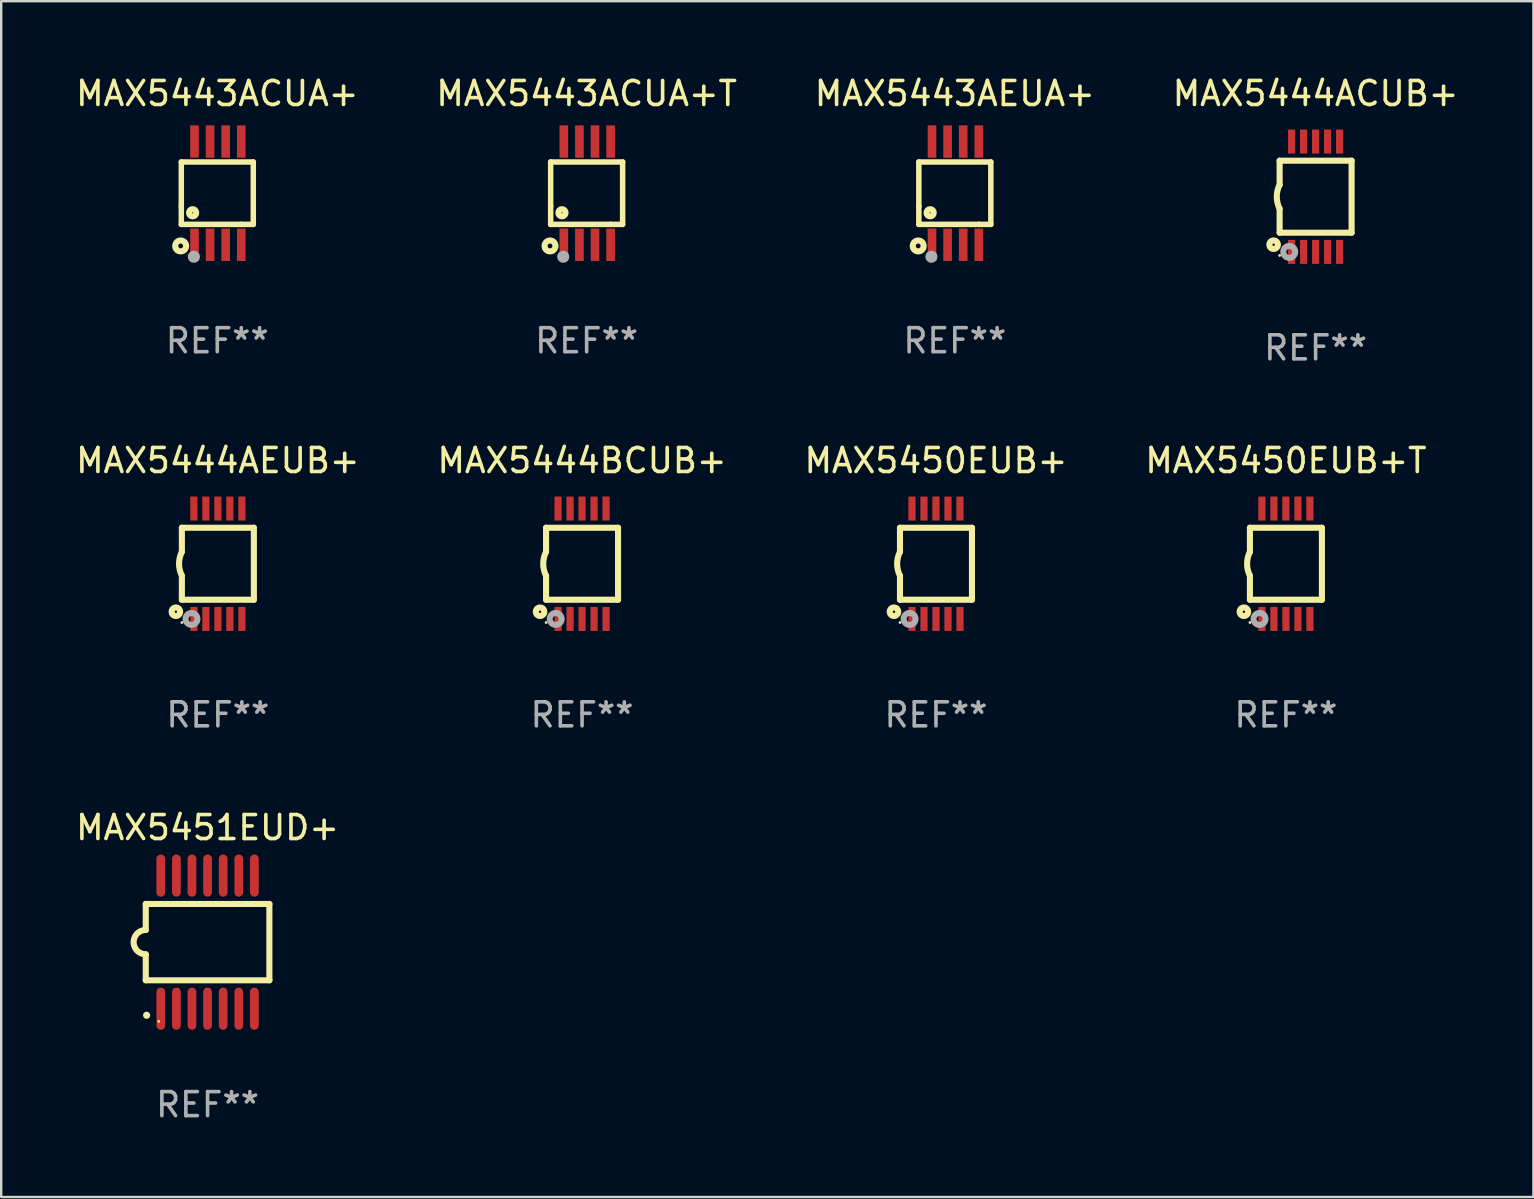
<source format=kicad_pcb>
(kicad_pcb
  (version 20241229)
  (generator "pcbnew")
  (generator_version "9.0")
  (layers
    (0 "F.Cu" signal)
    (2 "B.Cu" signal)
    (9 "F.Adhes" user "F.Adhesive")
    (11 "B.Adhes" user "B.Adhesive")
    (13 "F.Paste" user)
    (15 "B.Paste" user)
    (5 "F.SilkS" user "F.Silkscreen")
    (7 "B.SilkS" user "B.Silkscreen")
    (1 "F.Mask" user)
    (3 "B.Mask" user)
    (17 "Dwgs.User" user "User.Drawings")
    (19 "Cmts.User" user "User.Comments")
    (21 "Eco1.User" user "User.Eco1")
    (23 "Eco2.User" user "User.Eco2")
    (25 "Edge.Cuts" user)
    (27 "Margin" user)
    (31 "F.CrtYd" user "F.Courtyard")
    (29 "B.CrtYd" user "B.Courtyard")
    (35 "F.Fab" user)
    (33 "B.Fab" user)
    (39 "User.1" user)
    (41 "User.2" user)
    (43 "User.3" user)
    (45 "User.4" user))
  (footprint "MAX5451EUD+"
    (layer "F.Cu")
    (at 5.601 36.215)
    (property "Reference" "MAX5451EUD+" (at 0 -4.774 0) (layer "F.SilkS") (effects (font (size 1 1) (thickness 0.15))))
    (attr through_hole)
    (fp_line (start -2.576 -1.59) (end -2.576 -0.508) (stroke (width 0.254) (type solid)) (layer "F.SilkS"))
    (fp_line (start -2.576 -1.59) (end 2.576 -1.59) (stroke (width 0.254) (type solid)) (layer "F.SilkS"))
    (fp_line (start -2.576 1.59) (end -2.576 0.508) (stroke (width 0.254) (type solid)) (layer "F.SilkS"))
    (fp_line (start 2.576 -1.59) (end 2.576 1.59) (stroke (width 0.254) (type solid)) (layer "F.SilkS"))
    (fp_line (start 2.576 1.59) (end -2.576 1.59) (stroke (width 0.254) (type solid)) (layer "F.SilkS"))
    (fp_arc (start -2.576099 0.506706) (mid -3.081511 0) (end -2.576098 -0.506706) (stroke (width 0.254001) (type solid)) (layer "F.SilkS"))
    (fp_circle (center -2.54 3.048) (end -2.465 3.048) (stroke (width 0.15) (type solid)) (fill no) (layer "F.SilkS"))
    (fp_circle (center -2.032 3.302) (end -2.002 3.302) (stroke (width 0.06) (type solid)) (fill no) (layer "F.SilkS"))
    (fp_text user "REF**" (at 0 6.774 0) (layer "F.Fab") (effects (font (size 1 1) (thickness 0.15))))
    (pad "1" smd oval (at -1.95 2.774) (size 0.364 1.758) (layers "F.Cu" "F.Mask" "F.Paste"))
    (pad "2" smd oval (at -1.3 2.774) (size 0.364 1.758) (layers "F.Cu" "F.Mask" "F.Paste"))
    (pad "3" smd oval (at -0.65 2.774) (size 0.364 1.758) (layers "F.Cu" "F.Mask" "F.Paste"))
    (pad "4" smd oval (at 0 2.774) (size 0.364 1.758) (layers "F.Cu" "F.Mask" "F.Paste"))
    (pad "5" smd oval (at 0.65 2.774) (size 0.364 1.758) (layers "F.Cu" "F.Mask" "F.Paste"))
    (pad "6" smd oval (at 1.3 2.774) (size 0.364 1.758) (layers "F.Cu" "F.Mask" "F.Paste"))
    (pad "7" smd oval (at 1.95 2.774) (size 0.364 1.758) (layers "F.Cu" "F.Mask" "F.Paste"))
    (pad "8" smd oval (at 1.95 -2.774) (size 0.364 1.758) (layers "F.Cu" "F.Mask" "F.Paste"))
    (pad "9" smd oval (at 1.3 -2.774) (size 0.364 1.758) (layers "F.Cu" "F.Mask" "F.Paste"))
    (pad "10" smd oval (at 0.65 -2.774) (size 0.364 1.758) (layers "F.Cu" "F.Mask" "F.Paste"))
    (pad "11" smd oval (at 0 -2.774) (size 0.364 1.758) (layers "F.Cu" "F.Mask" "F.Paste"))
    (pad "12" smd oval (at -0.65 -2.774) (size 0.364 1.758) (layers "F.Cu" "F.Mask" "F.Paste"))
    (pad "13" smd oval (at -1.3 -2.774) (size 0.364 1.758) (layers "F.Cu" "F.Mask" "F.Paste"))
    (pad "14" smd oval (at -1.95 -2.774) (size 0.364 1.758) (layers "F.Cu" "F.Mask" "F.Paste")))
  (footprint "MAX5443ACUA+T"
    (layer "F.Cu")
    (at 21.399 5)
    (property "Reference" "MAX5443ACUA+T" (at 0 -4.152 0) (layer "F.SilkS") (effects (font (size 1 1) (thickness 0.15))))
    (attr through_hole)
    (fp_line (start -1.5 1.301) (end 1 1.301) (stroke (width 0.229) (type solid)) (layer "F.SilkS"))
    (fp_line (start -1.5 -1.299) (end -1.5 0.551) (stroke (width 0.229) (type solid)) (layer "F.SilkS"))
    (fp_line (start -1.5 0.551) (end -1.5 1.301) (stroke (width 0.229) (type solid)) (layer "F.SilkS"))
    (fp_line (start 1 1.301) (end 1.5 1.301) (stroke (width 0.229) (type solid)) (layer "F.SilkS"))
    (fp_line (start 1.5 1.301) (end 1.5 -1.299) (stroke (width 0.229) (type solid)) (layer "F.SilkS"))
    (fp_line (start 1.5 -1.299) (end -1.5 -1.299) (stroke (width 0.229) (type solid)) (layer "F.SilkS"))
    (fp_circle (center -1.526 2.2) (end -1.426 2.2) (stroke (width 0.254) (type solid)) (fill no) (layer "F.SilkS"))
    (fp_circle (center -1.476 2.45) (end -1.446 2.45) (stroke (width 0.06) (type solid)) (fill no) (layer "F.SilkS"))
    (fp_circle (center -1.028 0.817) (end -0.878 0.817) (stroke (width 0.254) (type solid)) (fill no) (layer "F.SilkS"))
    (fp_circle (center -0.976 2.65) (end -0.849 2.65) (stroke (width 0.254) (type solid)) (fill no) (layer "F.Fab"))
    (fp_text user "REF**" (at 0 6.152 0) (layer "F.Fab") (effects (font (size 1 1) (thickness 0.15))))
    (pad "1" smd rect (at -0.951 2.15) (size 0.36 1.35) (layers "F.Cu" "F.Mask" "F.Paste"))
    (pad "2" smd rect (at -0.301 2.152) (size 0.36 1.35) (layers "F.Cu" "F.Mask" "F.Paste"))
    (pad "3" smd rect (at 0.349 2.151) (size 0.36 1.35) (layers "F.Cu" "F.Mask" "F.Paste"))
    (pad "4" smd rect (at 0.999 2.152) (size 0.36 1.35) (layers "F.Cu" "F.Mask" "F.Paste"))
    (pad "5" smd rect (at 0.999 -2.149) (size 0.36 1.35) (layers "F.Cu" "F.Mask" "F.Paste"))
    (pad "6" smd rect (at 0.349 -2.152) (size 0.36 1.35) (layers "F.Cu" "F.Mask" "F.Paste"))
    (pad "7" smd rect (at -0.301 -2.149) (size 0.36 1.35) (layers "F.Cu" "F.Mask" "F.Paste"))
    (pad "8" smd rect (at -0.951 -2.152) (size 0.36 1.35) (layers "F.Cu" "F.Mask" "F.Paste")))
  (footprint "MAX5443AEUA+"
    (layer "F.Cu")
    (at 36.744 5)
    (property "Reference" "MAX5443AEUA+" (at 0 -4.152 0) (layer "F.SilkS") (effects (font (size 1 1) (thickness 0.15))))
    (attr through_hole)
    (fp_line (start -1.5 1.301) (end 1 1.301) (stroke (width 0.229) (type solid)) (layer "F.SilkS"))
    (fp_line (start -1.5 -1.299) (end -1.5 0.551) (stroke (width 0.229) (type solid)) (layer "F.SilkS"))
    (fp_line (start -1.5 0.551) (end -1.5 1.301) (stroke (width 0.229) (type solid)) (layer "F.SilkS"))
    (fp_line (start 1 1.301) (end 1.5 1.301) (stroke (width 0.229) (type solid)) (layer "F.SilkS"))
    (fp_line (start 1.5 1.301) (end 1.5 -1.299) (stroke (width 0.229) (type solid)) (layer "F.SilkS"))
    (fp_line (start 1.5 -1.299) (end -1.5 -1.299) (stroke (width 0.229) (type solid)) (layer "F.SilkS"))
    (fp_circle (center -1.526 2.2) (end -1.426 2.2) (stroke (width 0.254) (type solid)) (fill no) (layer "F.SilkS"))
    (fp_circle (center -1.476 2.45) (end -1.446 2.45) (stroke (width 0.06) (type solid)) (fill no) (layer "F.SilkS"))
    (fp_circle (center -1.028 0.817) (end -0.878 0.817) (stroke (width 0.254) (type solid)) (fill no) (layer "F.SilkS"))
    (fp_circle (center -0.976 2.65) (end -0.849 2.65) (stroke (width 0.254) (type solid)) (fill no) (layer "F.Fab"))
    (fp_text user "REF**" (at 0 6.152 0) (layer "F.Fab") (effects (font (size 1 1) (thickness 0.15))))
    (pad "1" smd rect (at -0.951 2.15) (size 0.36 1.35) (layers "F.Cu" "F.Mask" "F.Paste"))
    (pad "2" smd rect (at -0.301 2.152) (size 0.36 1.35) (layers "F.Cu" "F.Mask" "F.Paste"))
    (pad "3" smd rect (at 0.349 2.151) (size 0.36 1.35) (layers "F.Cu" "F.Mask" "F.Paste"))
    (pad "4" smd rect (at 0.999 2.152) (size 0.36 1.35) (layers "F.Cu" "F.Mask" "F.Paste"))
    (pad "5" smd rect (at 0.999 -2.149) (size 0.36 1.35) (layers "F.Cu" "F.Mask" "F.Paste"))
    (pad "6" smd rect (at 0.349 -2.152) (size 0.36 1.35) (layers "F.Cu" "F.Mask" "F.Paste"))
    (pad "7" smd rect (at -0.301 -2.149) (size 0.36 1.35) (layers "F.Cu" "F.Mask" "F.Paste"))
    (pad "8" smd rect (at -0.951 -2.152) (size 0.36 1.35) (layers "F.Cu" "F.Mask" "F.Paste")))
  (footprint "MAX5443ACUA+"
    (layer "F.Cu")
    (at 6.006 5)
    (property "Reference" "MAX5443ACUA+" (at 0 -4.152 0) (layer "F.SilkS") (effects (font (size 1 1) (thickness 0.15))))
    (attr through_hole)
    (fp_line (start -1.5 1.301) (end 1 1.301) (stroke (width 0.229) (type solid)) (layer "F.SilkS"))
    (fp_line (start -1.5 -1.299) (end -1.5 0.551) (stroke (width 0.229) (type solid)) (layer "F.SilkS"))
    (fp_line (start -1.5 0.551) (end -1.5 1.301) (stroke (width 0.229) (type solid)) (layer "F.SilkS"))
    (fp_line (start 1 1.301) (end 1.5 1.301) (stroke (width 0.229) (type solid)) (layer "F.SilkS"))
    (fp_line (start 1.5 1.301) (end 1.5 -1.299) (stroke (width 0.229) (type solid)) (layer "F.SilkS"))
    (fp_line (start 1.5 -1.299) (end -1.5 -1.299) (stroke (width 0.229) (type solid)) (layer "F.SilkS"))
    (fp_circle (center -1.526 2.2) (end -1.426 2.2) (stroke (width 0.254) (type solid)) (fill no) (layer "F.SilkS"))
    (fp_circle (center -1.476 2.45) (end -1.446 2.45) (stroke (width 0.06) (type solid)) (fill no) (layer "F.SilkS"))
    (fp_circle (center -1.028 0.817) (end -0.878 0.817) (stroke (width 0.254) (type solid)) (fill no) (layer "F.SilkS"))
    (fp_circle (center -0.976 2.65) (end -0.849 2.65) (stroke (width 0.254) (type solid)) (fill no) (layer "F.Fab"))
    (fp_text user "REF**" (at 0 6.152 0) (layer "F.Fab") (effects (font (size 1 1) (thickness 0.15))))
    (pad "1" smd rect (at -0.951 2.15) (size 0.36 1.35) (layers "F.Cu" "F.Mask" "F.Paste"))
    (pad "2" smd rect (at -0.301 2.152) (size 0.36 1.35) (layers "F.Cu" "F.Mask" "F.Paste"))
    (pad "3" smd rect (at 0.349 2.151) (size 0.36 1.35) (layers "F.Cu" "F.Mask" "F.Paste"))
    (pad "4" smd rect (at 0.999 2.152) (size 0.36 1.35) (layers "F.Cu" "F.Mask" "F.Paste"))
    (pad "5" smd rect (at 0.999 -2.149) (size 0.36 1.35) (layers "F.Cu" "F.Mask" "F.Paste"))
    (pad "6" smd rect (at 0.349 -2.152) (size 0.36 1.35) (layers "F.Cu" "F.Mask" "F.Paste"))
    (pad "7" smd rect (at -0.301 -2.149) (size 0.36 1.35) (layers "F.Cu" "F.Mask" "F.Paste"))
    (pad "8" smd rect (at -0.951 -2.152) (size 0.36 1.35) (layers "F.Cu" "F.Mask" "F.Paste")))
  (footprint "MAX5450EUB+T"
    (layer "F.Cu")
    (at 50.542 20.445)
    (property "Reference" "MAX5450EUB+T" (at 0 -4.3 0) (layer "F.SilkS") (effects (font (size 1 1) (thickness 0.15))))
    (attr through_hole)
    (fp_line (start -1.5 -1.5) (end -1.5 -0.5) (stroke (width 0.254) (type solid)) (layer "F.SilkS"))
    (fp_line (start -1.5 1.5) (end -1.5 0.5) (stroke (width 0.254) (type solid)) (layer "F.SilkS"))
    (fp_line (start -1.5 1.5) (end 1.5 1.5) (stroke (width 0.254) (type solid)) (layer "F.SilkS"))
    (fp_line (start 1.5 1.5) (end 1.5 -1.5) (stroke (width 0.254) (type solid)) (layer "F.SilkS"))
    (fp_line (start 1.5 -1.5) (end -1.5 -1.5) (stroke (width 0.254) (type solid)) (layer "F.SilkS"))
    (fp_arc (start -1.500165 0.5) (mid -1.618199 0) (end -1.500165 -0.5) (stroke (width 0.254001) (type solid)) (layer "F.SilkS"))
    (fp_circle (center -1.75 2) (end -1.573 2) (stroke (width 0.254) (type solid)) (fill no) (layer "F.SilkS"))
    (fp_circle (center -1.499 2.45) (end -1.469 2.45) (stroke (width 0.06) (type solid)) (fill no) (layer "F.SilkS"))
    (fp_circle (center -1.099 2.3) (end -0.975 2.3) (stroke (width 0.25) (type solid)) (fill no) (layer "F.Fab"))
    (fp_text user "REF**" (at 0 6.3 0) (layer "F.Fab") (effects (font (size 1 1) (thickness 0.15))))
    (pad "1" smd rect (at -0.999 2.3 180) (size 0.3 1) (layers "F.Cu" "F.Mask" "F.Paste"))
    (pad "2" smd rect (at -0.499 2.3 180) (size 0.3 1) (layers "F.Cu" "F.Mask" "F.Paste"))
    (pad "3" smd rect (at 0.001 2.3 180) (size 0.3 1) (layers "F.Cu" "F.Mask" "F.Paste"))
    (pad "4" smd rect (at 0.501 2.3 180) (size 0.3 1) (layers "F.Cu" "F.Mask" "F.Paste"))
    (pad "5" smd rect (at 1.001 2.3 180) (size 0.3 1) (layers "F.Cu" "F.Mask" "F.Paste"))
    (pad "6" smd rect (at 1 -2.3 180) (size 0.3 1) (layers "F.Cu" "F.Mask" "F.Paste"))
    (pad "7" smd rect (at 0.5 -2.3 180) (size 0.3 1) (layers "F.Cu" "F.Mask" "F.Paste"))
    (pad "8" smd rect (at -0.000165 -2.3 180) (size 0.3 1) (layers "F.Cu" "F.Mask" "F.Paste"))
    (pad "9" smd rect (at -0.5 -2.3 180) (size 0.3 1) (layers "F.Cu" "F.Mask" "F.Paste"))
    (pad "10" smd rect (at -1 -2.3 180) (size 0.3 1) (layers "F.Cu" "F.Mask" "F.Paste")))
  (footprint "MAX5450EUB+"
    (layer "F.Cu")
    (at 35.958 20.445)
    (property "Reference" "MAX5450EUB+" (at 0 -4.3 0) (layer "F.SilkS") (effects (font (size 1 1) (thickness 0.15))))
    (attr through_hole)
    (fp_line (start -1.5 -1.5) (end -1.5 -0.5) (stroke (width 0.254) (type solid)) (layer "F.SilkS"))
    (fp_line (start -1.5 1.5) (end -1.5 0.5) (stroke (width 0.254) (type solid)) (layer "F.SilkS"))
    (fp_line (start -1.5 1.5) (end 1.5 1.5) (stroke (width 0.254) (type solid)) (layer "F.SilkS"))
    (fp_line (start 1.5 1.5) (end 1.5 -1.5) (stroke (width 0.254) (type solid)) (layer "F.SilkS"))
    (fp_line (start 1.5 -1.5) (end -1.5 -1.5) (stroke (width 0.254) (type solid)) (layer "F.SilkS"))
    (fp_arc (start -1.500165 0.5) (mid -1.618199 0) (end -1.500165 -0.5) (stroke (width 0.254001) (type solid)) (layer "F.SilkS"))
    (fp_circle (center -1.75 2) (end -1.573 2) (stroke (width 0.254) (type solid)) (fill no) (layer "F.SilkS"))
    (fp_circle (center -1.499 2.45) (end -1.469 2.45) (stroke (width 0.06) (type solid)) (fill no) (layer "F.SilkS"))
    (fp_circle (center -1.099 2.3) (end -0.975 2.3) (stroke (width 0.25) (type solid)) (fill no) (layer "F.Fab"))
    (fp_text user "REF**" (at 0 6.3 0) (layer "F.Fab") (effects (font (size 1 1) (thickness 0.15))))
    (pad "1" smd rect (at -0.999 2.3 180) (size 0.3 1) (layers "F.Cu" "F.Mask" "F.Paste"))
    (pad "2" smd rect (at -0.499 2.3 180) (size 0.3 1) (layers "F.Cu" "F.Mask" "F.Paste"))
    (pad "3" smd rect (at 0.001 2.3 180) (size 0.3 1) (layers "F.Cu" "F.Mask" "F.Paste"))
    (pad "4" smd rect (at 0.501 2.3 180) (size 0.3 1) (layers "F.Cu" "F.Mask" "F.Paste"))
    (pad "5" smd rect (at 1.001 2.3 180) (size 0.3 1) (layers "F.Cu" "F.Mask" "F.Paste"))
    (pad "6" smd rect (at 1 -2.3 180) (size 0.3 1) (layers "F.Cu" "F.Mask" "F.Paste"))
    (pad "7" smd rect (at 0.5 -2.3 180) (size 0.3 1) (layers "F.Cu" "F.Mask" "F.Paste"))
    (pad "8" smd rect (at -0.000165 -2.3 180) (size 0.3 1) (layers "F.Cu" "F.Mask" "F.Paste"))
    (pad "9" smd rect (at -0.5 -2.3 180) (size 0.3 1) (layers "F.Cu" "F.Mask" "F.Paste"))
    (pad "10" smd rect (at -1 -2.3 180) (size 0.3 1) (layers "F.Cu" "F.Mask" "F.Paste")))
  (footprint "MAX5444BCUB+"
    (layer "F.Cu")
    (at 21.208 20.445)
    (property "Reference" "MAX5444BCUB+" (at 0 -4.3 0) (layer "F.SilkS") (effects (font (size 1 1) (thickness 0.15))))
    (attr through_hole)
    (fp_line (start -1.5 -1.5) (end -1.5 -0.5) (stroke (width 0.254) (type solid)) (layer "F.SilkS"))
    (fp_line (start -1.5 1.5) (end -1.5 0.5) (stroke (width 0.254) (type solid)) (layer "F.SilkS"))
    (fp_line (start -1.5 1.5) (end 1.5 1.5) (stroke (width 0.254) (type solid)) (layer "F.SilkS"))
    (fp_line (start 1.5 1.5) (end 1.5 -1.5) (stroke (width 0.254) (type solid)) (layer "F.SilkS"))
    (fp_line (start 1.5 -1.5) (end -1.5 -1.5) (stroke (width 0.254) (type solid)) (layer "F.SilkS"))
    (fp_arc (start -1.500165 0.5) (mid -1.618199 0) (end -1.500165 -0.5) (stroke (width 0.254001) (type solid)) (layer "F.SilkS"))
    (fp_circle (center -1.75 2) (end -1.573 2) (stroke (width 0.254) (type solid)) (fill no) (layer "F.SilkS"))
    (fp_circle (center -1.499 2.45) (end -1.469 2.45) (stroke (width 0.06) (type solid)) (fill no) (layer "F.SilkS"))
    (fp_circle (center -1.099 2.3) (end -0.975 2.3) (stroke (width 0.25) (type solid)) (fill no) (layer "F.Fab"))
    (fp_text user "REF**" (at 0 6.3 0) (layer "F.Fab") (effects (font (size 1 1) (thickness 0.15))))
    (pad "1" smd rect (at -0.999 2.3 180) (size 0.3 1) (layers "F.Cu" "F.Mask" "F.Paste"))
    (pad "2" smd rect (at -0.499 2.3 180) (size 0.3 1) (layers "F.Cu" "F.Mask" "F.Paste"))
    (pad "3" smd rect (at 0.001 2.3 180) (size 0.3 1) (layers "F.Cu" "F.Mask" "F.Paste"))
    (pad "4" smd rect (at 0.501 2.3 180) (size 0.3 1) (layers "F.Cu" "F.Mask" "F.Paste"))
    (pad "5" smd rect (at 1.001 2.3 180) (size 0.3 1) (layers "F.Cu" "F.Mask" "F.Paste"))
    (pad "6" smd rect (at 1 -2.3 180) (size 0.3 1) (layers "F.Cu" "F.Mask" "F.Paste"))
    (pad "7" smd rect (at 0.5 -2.3 180) (size 0.3 1) (layers "F.Cu" "F.Mask" "F.Paste"))
    (pad "8" smd rect (at -0.000165 -2.3 180) (size 0.3 1) (layers "F.Cu" "F.Mask" "F.Paste"))
    (pad "9" smd rect (at -0.5 -2.3 180) (size 0.3 1) (layers "F.Cu" "F.Mask" "F.Paste"))
    (pad "10" smd rect (at -1 -2.3 180) (size 0.3 1) (layers "F.Cu" "F.Mask" "F.Paste")))
  (footprint "MAX5444AEUB+"
    (layer "F.Cu")
    (at 6.03 20.445)
    (property "Reference" "MAX5444AEUB+" (at 0 -4.3 0) (layer "F.SilkS") (effects (font (size 1 1) (thickness 0.15))))
    (attr through_hole)
    (fp_line (start -1.5 -1.5) (end -1.5 -0.5) (stroke (width 0.254) (type solid)) (layer "F.SilkS"))
    (fp_line (start -1.5 1.5) (end -1.5 0.5) (stroke (width 0.254) (type solid)) (layer "F.SilkS"))
    (fp_line (start -1.5 1.5) (end 1.5 1.5) (stroke (width 0.254) (type solid)) (layer "F.SilkS"))
    (fp_line (start 1.5 1.5) (end 1.5 -1.5) (stroke (width 0.254) (type solid)) (layer "F.SilkS"))
    (fp_line (start 1.5 -1.5) (end -1.5 -1.5) (stroke (width 0.254) (type solid)) (layer "F.SilkS"))
    (fp_arc (start -1.500165 0.5) (mid -1.618199 0) (end -1.500165 -0.5) (stroke (width 0.254001) (type solid)) (layer "F.SilkS"))
    (fp_circle (center -1.75 2) (end -1.573 2) (stroke (width 0.254) (type solid)) (fill no) (layer "F.SilkS"))
    (fp_circle (center -1.499 2.45) (end -1.469 2.45) (stroke (width 0.06) (type solid)) (fill no) (layer "F.SilkS"))
    (fp_circle (center -1.099 2.3) (end -0.975 2.3) (stroke (width 0.25) (type solid)) (fill no) (layer "F.Fab"))
    (fp_text user "REF**" (at 0 6.3 0) (layer "F.Fab") (effects (font (size 1 1) (thickness 0.15))))
    (pad "1" smd rect (at -0.999 2.3 180) (size 0.3 1) (layers "F.Cu" "F.Mask" "F.Paste"))
    (pad "2" smd rect (at -0.499 2.3 180) (size 0.3 1) (layers "F.Cu" "F.Mask" "F.Paste"))
    (pad "3" smd rect (at 0.001 2.3 180) (size 0.3 1) (layers "F.Cu" "F.Mask" "F.Paste"))
    (pad "4" smd rect (at 0.501 2.3 180) (size 0.3 1) (layers "F.Cu" "F.Mask" "F.Paste"))
    (pad "5" smd rect (at 1.001 2.3 180) (size 0.3 1) (layers "F.Cu" "F.Mask" "F.Paste"))
    (pad "6" smd rect (at 1 -2.3 180) (size 0.3 1) (layers "F.Cu" "F.Mask" "F.Paste"))
    (pad "7" smd rect (at 0.5 -2.3 180) (size 0.3 1) (layers "F.Cu" "F.Mask" "F.Paste"))
    (pad "8" smd rect (at -0.000165 -2.3 180) (size 0.3 1) (layers "F.Cu" "F.Mask" "F.Paste"))
    (pad "9" smd rect (at -0.5 -2.3 180) (size 0.3 1) (layers "F.Cu" "F.Mask" "F.Paste"))
    (pad "10" smd rect (at -1 -2.3 180) (size 0.3 1) (layers "F.Cu" "F.Mask" "F.Paste")))
  (footprint "MAX5444ACUB+"
    (layer "F.Cu")
    (at 51.78 5.148)
    (property "Reference" "MAX5444ACUB+" (at 0 -4.3 0) (layer "F.SilkS") (effects (font (size 1 1) (thickness 0.15))))
    (attr through_hole)
    (fp_line (start -1.5 -1.5) (end -1.5 -0.5) (stroke (width 0.254) (type solid)) (layer "F.SilkS"))
    (fp_line (start -1.5 1.5) (end -1.5 0.5) (stroke (width 0.254) (type solid)) (layer "F.SilkS"))
    (fp_line (start -1.5 1.5) (end 1.5 1.5) (stroke (width 0.254) (type solid)) (layer "F.SilkS"))
    (fp_line (start 1.5 1.5) (end 1.5 -1.5) (stroke (width 0.254) (type solid)) (layer "F.SilkS"))
    (fp_line (start 1.5 -1.5) (end -1.5 -1.5) (stroke (width 0.254) (type solid)) (layer "F.SilkS"))
    (fp_arc (start -1.500165 0.5) (mid -1.618199 0) (end -1.500165 -0.5) (stroke (width 0.254001) (type solid)) (layer "F.SilkS"))
    (fp_circle (center -1.75 2) (end -1.573 2) (stroke (width 0.254) (type solid)) (fill no) (layer "F.SilkS"))
    (fp_circle (center -1.499 2.45) (end -1.469 2.45) (stroke (width 0.06) (type solid)) (fill no) (layer "F.SilkS"))
    (fp_circle (center -1.099 2.3) (end -0.975 2.3) (stroke (width 0.25) (type solid)) (fill no) (layer "F.Fab"))
    (fp_text user "REF**" (at 0 6.3 0) (layer "F.Fab") (effects (font (size 1 1) (thickness 0.15))))
    (pad "1" smd rect (at -0.999 2.3 180) (size 0.3 1) (layers "F.Cu" "F.Mask" "F.Paste"))
    (pad "2" smd rect (at -0.499 2.3 180) (size 0.3 1) (layers "F.Cu" "F.Mask" "F.Paste"))
    (pad "3" smd rect (at 0.001 2.3 180) (size 0.3 1) (layers "F.Cu" "F.Mask" "F.Paste"))
    (pad "4" smd rect (at 0.501 2.3 180) (size 0.3 1) (layers "F.Cu" "F.Mask" "F.Paste"))
    (pad "5" smd rect (at 1.001 2.3 180) (size 0.3 1) (layers "F.Cu" "F.Mask" "F.Paste"))
    (pad "6" smd rect (at 1 -2.3 180) (size 0.3 1) (layers "F.Cu" "F.Mask" "F.Paste"))
    (pad "7" smd rect (at 0.5 -2.3 180) (size 0.3 1) (layers "F.Cu" "F.Mask" "F.Paste"))
    (pad "8" smd rect (at -0.000165 -2.3 180) (size 0.3 1) (layers "F.Cu" "F.Mask" "F.Paste"))
    (pad "9" smd rect (at -0.5 -2.3 180) (size 0.3 1) (layers "F.Cu" "F.Mask" "F.Paste"))
    (pad "10" smd rect (at -1 -2.3 180) (size 0.3 1) (layers "F.Cu" "F.Mask" "F.Paste")))
  (gr_rect
    (start -3 -3)
    (end 60.857 46.837)
    (stroke (width 0.1) (type default))
    (fill no)
    (layer "Edge.Cuts")))
</source>
